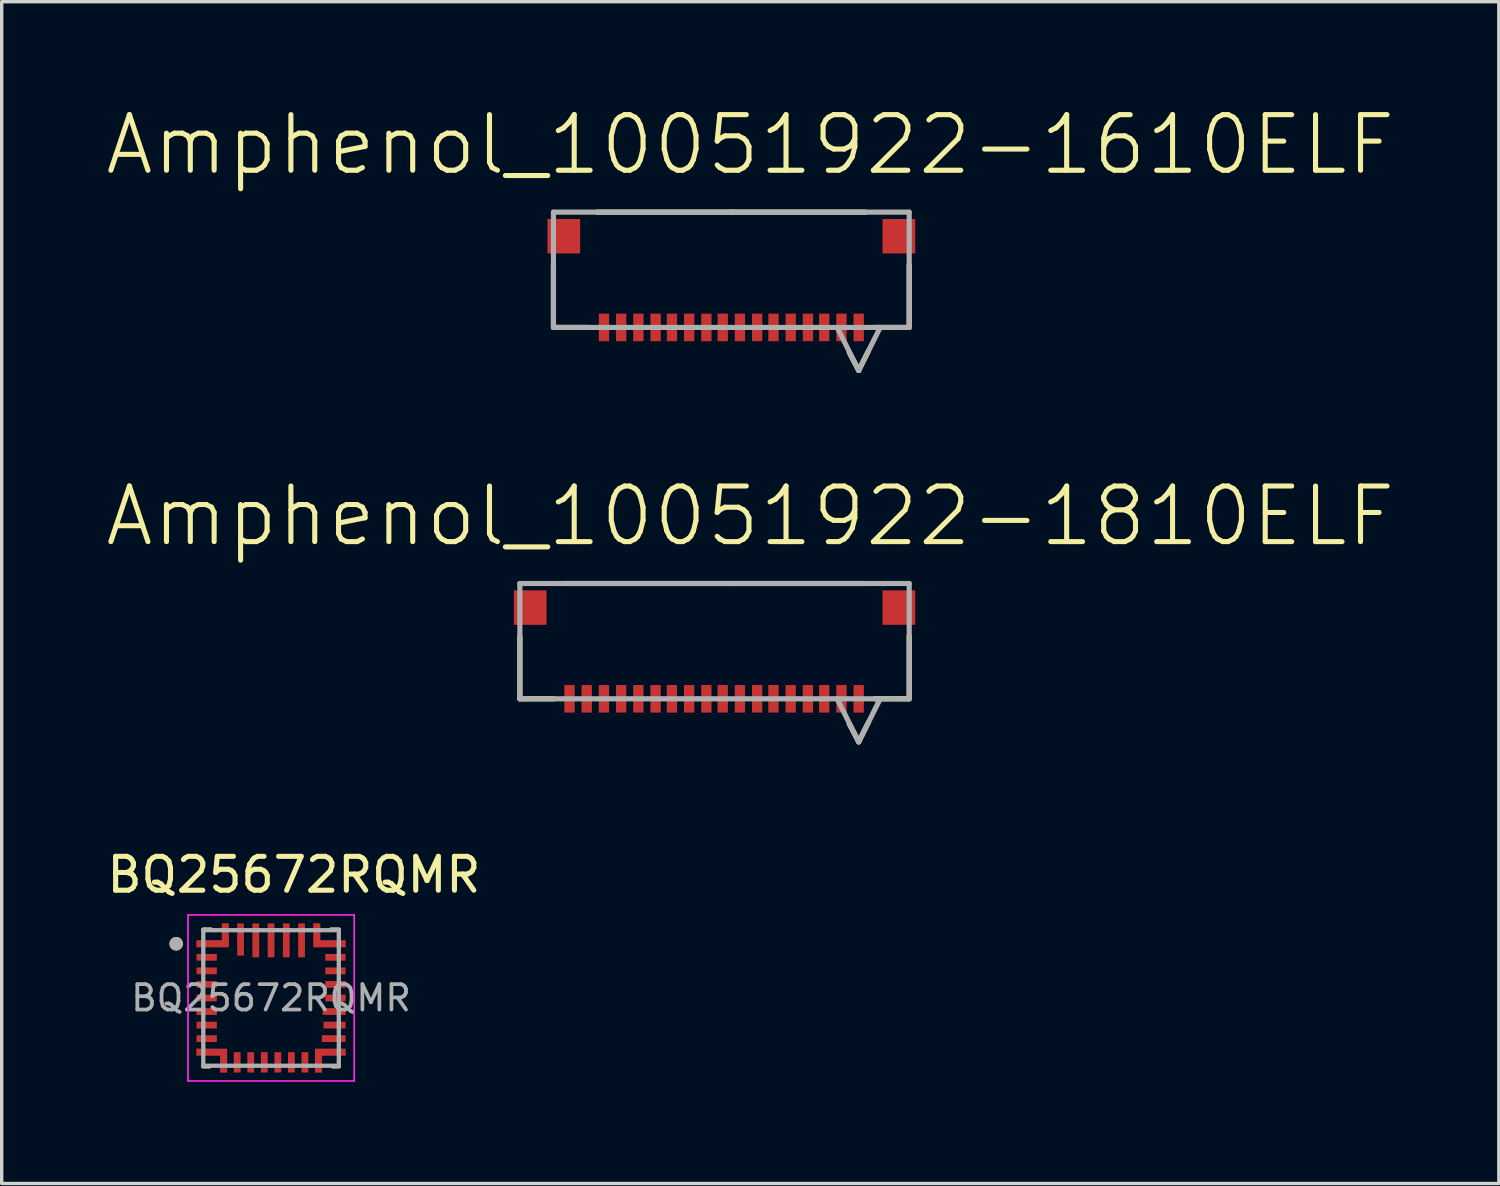
<source format=kicad_pcb>
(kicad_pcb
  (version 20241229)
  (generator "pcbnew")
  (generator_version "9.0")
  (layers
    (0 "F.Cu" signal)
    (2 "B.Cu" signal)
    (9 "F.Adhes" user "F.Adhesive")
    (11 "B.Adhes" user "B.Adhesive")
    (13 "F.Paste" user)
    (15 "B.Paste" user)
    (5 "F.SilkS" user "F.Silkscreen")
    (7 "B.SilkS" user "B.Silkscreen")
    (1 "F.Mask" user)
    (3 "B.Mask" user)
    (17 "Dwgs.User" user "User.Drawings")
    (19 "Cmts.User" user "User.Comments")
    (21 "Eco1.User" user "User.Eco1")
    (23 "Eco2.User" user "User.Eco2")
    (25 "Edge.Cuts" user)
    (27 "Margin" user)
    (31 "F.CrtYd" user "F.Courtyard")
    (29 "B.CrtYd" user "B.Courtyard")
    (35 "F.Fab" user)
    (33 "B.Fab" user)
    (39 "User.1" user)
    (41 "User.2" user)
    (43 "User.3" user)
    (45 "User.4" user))
  (footprint "Amphenol_10051922-1610ELF"
    (layer "F.Cu")
    (at 18.535 4.887)
    (property "Reference" "Amphenol_10051922-1610ELF" (at 0.559 -3.664 0) (layer "F.SilkS") (effects (font (size 1.641 1.641) (thickness 0.15))))
    (attr smd)
    (fp_line (start -5.25 1.727) (end -5.25 -0.127) (stroke (width 0.152) (type solid)) (layer "F.SilkS"))
    (fp_line (start -5.25 1.727) (end -4.234 1.727) (stroke (width 0.152) (type solid)) (layer "F.SilkS"))
    (fp_line (start 0 -1.676) (end -3.962 -1.676) (stroke (width 0.152) (type solid)) (layer "F.SilkS"))
    (fp_line (start 3.48 2.464) (end 3.759 2.997) (stroke (width 0.152) (type solid)) (layer "F.SilkS"))
    (fp_line (start 3.962 -1.676) (end 0 -1.676) (stroke (width 0.152) (type solid)) (layer "F.SilkS"))
    (fp_line (start 4.039 2.438) (end 3.759 2.997) (stroke (width 0.152) (type solid)) (layer "F.SilkS"))
    (fp_line (start 4.234 1.727) (end 5.25 1.727) (stroke (width 0.152) (type solid)) (layer "F.SilkS"))
    (fp_line (start 5.25 1.727) (end 5.25 -0.127) (stroke (width 0.152) (type solid)) (layer "F.SilkS"))
    (fp_line (start -5.25 -1.676) (end 0 -1.676) (stroke (width 0.152) (type solid)) (layer "F.Fab"))
    (fp_line (start -5.25 1.727) (end -5.25 -1.676) (stroke (width 0.152) (type solid)) (layer "F.Fab"))
    (fp_line (start -5.25 1.727) (end 0 1.727) (stroke (width 0.152) (type solid)) (layer "F.Fab"))
    (fp_line (start 0 -1.676) (end 5.25 -1.676) (stroke (width 0.152) (type solid)) (layer "F.Fab"))
    (fp_line (start 0 1.727) (end 5.25 1.727) (stroke (width 0.152) (type solid)) (layer "F.Fab"))
    (fp_line (start 3.124 1.727) (end 3.759 2.997) (stroke (width 0.152) (type solid)) (layer "F.Fab"))
    (fp_line (start 4.394 1.727) (end 3.759 2.997) (stroke (width 0.152) (type solid)) (layer "F.Fab"))
    (fp_line (start 5.25 1.727) (end 5.25 -1.676) (stroke (width 0.152) (type solid)) (layer "F.Fab"))
    (pad "1" smd rect (at 3.759 1.727 270) (size 0.813 0.305) (layers "F.Cu" "F.Mask" "F.Paste"))
    (pad "2" smd rect (at 3.251 1.727 270) (size 0.813 0.305) (layers "F.Cu" "F.Mask" "F.Paste"))
    (pad "3" smd rect (at 2.743 1.727 270) (size 0.813 0.305) (layers "F.Cu" "F.Mask" "F.Paste"))
    (pad "4" smd rect (at 2.261 1.727 270) (size 0.813 0.305) (layers "F.Cu" "F.Mask" "F.Paste"))
    (pad "5" smd rect (at 1.753 1.727 270) (size 0.813 0.305) (layers "F.Cu" "F.Mask" "F.Paste"))
    (pad "6" smd rect (at 1.245 1.727 270) (size 0.813 0.305) (layers "F.Cu" "F.Mask" "F.Paste"))
    (pad "7" smd rect (at 0.762 1.727 270) (size 0.813 0.305) (layers "F.Cu" "F.Mask" "F.Paste"))
    (pad "8" smd rect (at 0.254 1.727 270) (size 0.813 0.305) (layers "F.Cu" "F.Mask" "F.Paste"))
    (pad "9" smd rect (at -0.254 1.727 270) (size 0.813 0.305) (layers "F.Cu" "F.Mask" "F.Paste"))
    (pad "10" smd rect (at -0.737 1.727 270) (size 0.813 0.305) (layers "F.Cu" "F.Mask" "F.Paste"))
    (pad "11" smd rect (at -1.245 1.727 270) (size 0.813 0.305) (layers "F.Cu" "F.Mask" "F.Paste"))
    (pad "12" smd rect (at -1.753 1.727 270) (size 0.813 0.305) (layers "F.Cu" "F.Mask" "F.Paste"))
    (pad "13" smd rect (at -2.235 1.727 270) (size 0.813 0.305) (layers "F.Cu" "F.Mask" "F.Paste"))
    (pad "14" smd rect (at -2.743 1.727 270) (size 0.813 0.305) (layers "F.Cu" "F.Mask" "F.Paste"))
    (pad "15" smd rect (at -3.251 1.727 270) (size 0.813 0.305) (layers "F.Cu" "F.Mask" "F.Paste"))
    (pad "16" smd rect (at -3.759 1.727 270) (size 0.813 0.305) (layers "F.Cu" "F.Mask" "F.Paste"))
    (pad "MP" smd rect (at -4.945 -0.965) (size 0.965 1.016) (layers "F.Cu" "F.Mask" "F.Paste"))
    (pad "MP" smd rect (at 4.945 -0.965) (size 0.965 1.016) (layers "F.Cu" "F.Mask" "F.Paste")))
  (footprint "Amphenol_10051922-1810ELF"
    (layer "F.Cu")
    (at 18.052 15.848)
    (property "Reference" "Amphenol_10051922-1810ELF" (at 1.042 -3.664 0) (layer "F.SilkS") (effects (font (size 1.641 1.641) (thickness 0.15))))
    (attr smd)
    (fp_line (start -5.758 1.727) (end -5.758 -0.127) (stroke (width 0.152) (type solid)) (layer "F.SilkS"))
    (fp_line (start -5.758 1.727) (end -4.742 1.727) (stroke (width 0.152) (type solid)) (layer "F.SilkS"))
    (fp_line (start 0.483 -1.676) (end -4.47 -1.676) (stroke (width 0.152) (type solid)) (layer "F.SilkS"))
    (fp_line (start 3.962 2.464) (end 4.242 2.997) (stroke (width 0.152) (type solid)) (layer "F.SilkS"))
    (fp_line (start 4.445 -1.676) (end 0.483 -1.676) (stroke (width 0.152) (type solid)) (layer "F.SilkS"))
    (fp_line (start 4.521 2.438) (end 4.242 2.997) (stroke (width 0.152) (type solid)) (layer "F.SilkS"))
    (fp_line (start 4.717 1.727) (end 5.733 1.727) (stroke (width 0.152) (type solid)) (layer "F.SilkS"))
    (fp_line (start 5.733 1.727) (end 5.733 -0.127) (stroke (width 0.152) (type solid)) (layer "F.SilkS"))
    (fp_line (start -5.758 -1.676) (end 0.483 -1.676) (stroke (width 0.152) (type solid)) (layer "F.Fab"))
    (fp_line (start -5.758 1.727) (end -5.758 -1.676) (stroke (width 0.152) (type solid)) (layer "F.Fab"))
    (fp_line (start -5.758 1.727) (end -0.508 1.727) (stroke (width 0.152) (type solid)) (layer "F.Fab"))
    (fp_line (start -0.508 1.727) (end 5.733 1.727) (stroke (width 0.152) (type solid)) (layer "F.Fab"))
    (fp_line (start 0.483 -1.676) (end 5.733 -1.676) (stroke (width 0.152) (type solid)) (layer "F.Fab"))
    (fp_line (start 3.607 1.727) (end 4.242 2.997) (stroke (width 0.152) (type solid)) (layer "F.Fab"))
    (fp_line (start 4.877 1.727) (end 4.242 2.997) (stroke (width 0.152) (type solid)) (layer "F.Fab"))
    (fp_line (start 5.733 1.727) (end 5.733 -1.676) (stroke (width 0.152) (type solid)) (layer "F.Fab"))
    (pad "1" smd rect (at 4.242 1.727 270) (size 0.813 0.305) (layers "F.Cu" "F.Mask" "F.Paste"))
    (pad "2" smd rect (at 3.734 1.727 270) (size 0.813 0.305) (layers "F.Cu" "F.Mask" "F.Paste"))
    (pad "3" smd rect (at 3.226 1.727 270) (size 0.813 0.305) (layers "F.Cu" "F.Mask" "F.Paste"))
    (pad "4" smd rect (at 2.743 1.727 270) (size 0.813 0.305) (layers "F.Cu" "F.Mask" "F.Paste"))
    (pad "5" smd rect (at 2.235 1.727 270) (size 0.813 0.305) (layers "F.Cu" "F.Mask" "F.Paste"))
    (pad "6" smd rect (at 1.727 1.727 270) (size 0.813 0.305) (layers "F.Cu" "F.Mask" "F.Paste"))
    (pad "7" smd rect (at 1.245 1.727 270) (size 0.813 0.305) (layers "F.Cu" "F.Mask" "F.Paste"))
    (pad "8" smd rect (at 0.737 1.727 270) (size 0.813 0.305) (layers "F.Cu" "F.Mask" "F.Paste"))
    (pad "9" smd rect (at 0.229 1.727 270) (size 0.813 0.305) (layers "F.Cu" "F.Mask" "F.Paste"))
    (pad "10" smd rect (at -0.254 1.727 270) (size 0.813 0.305) (layers "F.Cu" "F.Mask" "F.Paste"))
    (pad "11" smd rect (at -0.762 1.727 270) (size 0.813 0.305) (layers "F.Cu" "F.Mask" "F.Paste"))
    (pad "12" smd rect (at -1.27 1.727 270) (size 0.813 0.305) (layers "F.Cu" "F.Mask" "F.Paste"))
    (pad "13" smd rect (at -1.753 1.727 270) (size 0.813 0.305) (layers "F.Cu" "F.Mask" "F.Paste"))
    (pad "14" smd rect (at -2.261 1.727 270) (size 0.813 0.305) (layers "F.Cu" "F.Mask" "F.Paste"))
    (pad "15" smd rect (at -2.769 1.727 270) (size 0.813 0.305) (layers "F.Cu" "F.Mask" "F.Paste"))
    (pad "16" smd rect (at -3.277 1.727 270) (size 0.813 0.305) (layers "F.Cu" "F.Mask" "F.Paste"))
    (pad "17" smd rect (at -3.785 1.727 270) (size 0.813 0.305) (layers "F.Cu" "F.Mask" "F.Paste"))
    (pad "18" smd rect (at -4.293 1.727 270) (size 0.813 0.305) (layers "F.Cu" "F.Mask" "F.Paste"))
    (pad "MP" smd rect (at -5.453 -0.965) (size 0.965 1.016) (layers "F.Cu" "F.Mask" "F.Paste"))
    (pad "MP" smd rect (at 5.428 -0.965) (size 0.965 1.016) (layers "F.Cu" "F.Mask" "F.Paste")))
  (footprint "BQ25672RQMR"
    (layer "F.Cu")
    (at 4.95 26.405)
    (property "Reference" "BQ25672RQMR" (at 0.675 -3.635 0) (layer "F.SilkS") (effects (font (size 1 1) (thickness 0.15))))
    (attr smd)
    (fp_poly (pts (xy -2.25 -1.35) (xy -1.55 -1.35) (xy -1.55 -1.05) (xy -2.25 -1.05)) (stroke (width 0.01) (type solid)) (fill yes) (layer "F.Mask"))
    (fp_poly (pts (xy -2.25 -0.95) (xy -1.55 -0.95) (xy -1.55 -0.65) (xy -2.25 -0.65)) (stroke (width 0.01) (type solid)) (fill yes) (layer "F.Mask"))
    (fp_poly (pts (xy -2.25 -0.55) (xy -1.55 -0.55) (xy -1.55 -0.25) (xy -2.25 -0.25)) (stroke (width 0.01) (type solid)) (fill yes) (layer "F.Mask"))
    (fp_poly (pts (xy -2.25 -0.15) (xy -1.55 -0.15) (xy -1.55 0.15) (xy -2.25 0.15)) (stroke (width 0.01) (type solid)) (fill yes) (layer "F.Mask"))
    (fp_poly (pts (xy -2.25 0.25) (xy -1.55 0.25) (xy -1.55 0.55) (xy -2.25 0.55)) (stroke (width 0.01) (type solid)) (fill yes) (layer "F.Mask"))
    (fp_poly (pts (xy -2.25 0.65) (xy -1.55 0.65) (xy -1.55 0.95) (xy -2.25 0.95)) (stroke (width 0.01) (type solid)) (fill yes) (layer "F.Mask"))
    (fp_poly (pts (xy -2.25 1.05) (xy -1.55 1.05) (xy -1.55 1.35) (xy -2.25 1.35)) (stroke (width 0.01) (type solid)) (fill yes) (layer "F.Mask"))
    (fp_poly (pts (xy -1.15 1.55) (xy -0.85 1.55) (xy -0.85 2.25) (xy -1.15 2.25)) (stroke (width 0.01) (type solid)) (fill yes) (layer "F.Mask"))
    (fp_poly (pts (xy -1.05 -2.25) (xy -0.75 -2.25) (xy -0.75 -1.2) (xy -1.05 -1.2)) (stroke (width 0.01) (type solid)) (fill yes) (layer "F.Mask"))
    (fp_poly (pts (xy -0.75 1.55) (xy -0.45 1.55) (xy -0.45 2.25) (xy -0.75 2.25)) (stroke (width 0.01) (type solid)) (fill yes) (layer "F.Mask"))
    (fp_poly (pts (xy -0.6 -2.25) (xy -0.3 -2.25) (xy -0.3 -1.15) (xy -0.6 -1.15)) (stroke (width 0.01) (type solid)) (fill yes) (layer "F.Mask"))
    (fp_poly (pts (xy -0.35 1.55) (xy -0.05 1.55) (xy -0.05 2.25) (xy -0.35 2.25)) (stroke (width 0.01) (type solid)) (fill yes) (layer "F.Mask"))
    (fp_poly (pts (xy -0.15 -2.25) (xy 0.15 -2.25) (xy 0.15 -1.15) (xy -0.15 -1.15)) (stroke (width 0.01) (type solid)) (fill yes) (layer "F.Mask"))
    (fp_poly (pts (xy 0.05 1.55) (xy 0.35 1.55) (xy 0.35 2.25) (xy 0.05 2.25)) (stroke (width 0.01) (type solid)) (fill yes) (layer "F.Mask"))
    (fp_poly (pts (xy 0.3 -2.25) (xy 0.6 -2.25) (xy 0.6 -1.15) (xy 0.3 -1.15)) (stroke (width 0.01) (type solid)) (fill yes) (layer "F.Mask"))
    (fp_poly (pts (xy 0.45 1.55) (xy 0.75 1.55) (xy 0.75 2.25) (xy 0.45 2.25)) (stroke (width 0.01) (type solid)) (fill yes) (layer "F.Mask"))
    (fp_poly (pts (xy 0.75 -2.25) (xy 1.05 -2.25) (xy 1.05 -1.15) (xy 0.75 -1.15)) (stroke (width 0.01) (type solid)) (fill yes) (layer "F.Mask"))
    (fp_poly (pts (xy 0.85 1.55) (xy 1.15 1.55) (xy 1.15 2.25) (xy 0.85 2.25)) (stroke (width 0.01) (type solid)) (fill yes) (layer "F.Mask"))
    (fp_poly (pts (xy 1.45 1.05) (xy 2.25 1.05) (xy 2.25 1.35) (xy 1.45 1.35)) (stroke (width 0.01) (type solid)) (fill yes) (layer "F.Mask"))
    (fp_poly (pts (xy 1.472 0.25) (xy 2.252 0.25) (xy 2.252 0.55) (xy 1.472 0.55)) (stroke (width 0.01) (type solid)) (fill yes) (layer "F.Mask"))
    (fp_poly (pts (xy 1.5 0.65) (xy 2.25 0.65) (xy 2.25 0.95) (xy 1.5 0.95)) (stroke (width 0.01) (type solid)) (fill yes) (layer "F.Mask"))
    (fp_poly (pts (xy 1.55 -1.35) (xy 2.25 -1.35) (xy 2.25 -1.05) (xy 1.55 -1.05)) (stroke (width 0.01) (type solid)) (fill yes) (layer "F.Mask"))
    (fp_poly (pts (xy 1.55 -0.95) (xy 2.25 -0.95) (xy 2.25 -0.65) (xy 1.55 -0.65)) (stroke (width 0.01) (type solid)) (fill yes) (layer "F.Mask"))
    (fp_poly (pts (xy 1.55 -0.55) (xy 2.25 -0.55) (xy 2.25 -0.25) (xy 1.55 -0.25)) (stroke (width 0.01) (type solid)) (fill yes) (layer "F.Mask"))
    (fp_poly (pts (xy 1.55 -0.15) (xy 2.25 -0.15) (xy 2.25 0.15) (xy 1.55 0.15)) (stroke (width 0.01) (type solid)) (fill yes) (layer "F.Mask"))
    (fp_poly (pts (xy 1.55 -0.15) (xy 2.25 -0.15) (xy 2.25 0.15) (xy 1.55 0.15)) (stroke (width 0.01) (type solid)) (fill yes) (layer "F.Mask"))
    (fp_poly (pts (xy -2.25 -1.75) (xy -1.5 -1.75) (xy -1.5 -2.25) (xy -1.2 -2.25) (xy -1.2 -1.45) (xy -2.25 -1.45)) (stroke (width 0.01) (type solid)) (fill yes) (layer "F.Mask"))
    (fp_poly (pts (xy -2.25 1.45) (xy -1.25 1.45) (xy -1.25 2.25) (xy -1.55 2.25) (xy -1.55 1.75) (xy -2.25 1.75)) (stroke (width 0.01) (type solid)) (fill yes) (layer "F.Mask"))
    (fp_poly (pts (xy 2.25 -1.75) (xy 1.5 -1.75) (xy 1.5 -2.25) (xy 1.2 -2.25) (xy 1.2 -1.45) (xy 2.25 -1.45)) (stroke (width 0.01) (type solid)) (fill yes) (layer "F.Mask"))
    (fp_poly (pts (xy 2.25 1.45) (xy 1.25 1.45) (xy 1.25 2.25) (xy 1.55 2.25) (xy 1.55 1.75) (xy 2.25 1.75)) (stroke (width 0.01) (type solid)) (fill yes) (layer "F.Mask"))
    (fp_line (start -1.82 2.02) (end -2 2.02) (stroke (width 0.127) (type solid)) (layer "F.SilkS"))
    (fp_line (start -1.77 -2.02) (end -2 -2.02) (stroke (width 0.127) (type solid)) (layer "F.SilkS"))
    (fp_line (start 1.77 -2.02) (end 2 -2.02) (stroke (width 0.127) (type solid)) (layer "F.SilkS"))
    (fp_line (start 1.82 2.02) (end 2 2.02) (stroke (width 0.127) (type solid)) (layer "F.SilkS"))
    (fp_circle (center -2.8 -1.6) (end -2.7 -1.6) (stroke (width 0.2) (type solid)) (fill no) (layer "F.SilkS"))
    (fp_poly (pts (xy -2.2 -1.7) (xy -1.45 -1.7) (xy -1.45 -2.2) (xy -1.25 -2.2) (xy -1.25 -1.5) (xy -2.2 -1.5)) (stroke (width 0.01) (type solid)) (fill yes) (layer "F.Paste"))
    (fp_poly (pts (xy -2.2 1.5) (xy -1.3 1.5) (xy -1.3 2.2) (xy -1.5 2.2) (xy -1.5 1.7) (xy -2.2 1.7)) (stroke (width 0.01) (type solid)) (fill yes) (layer "F.Paste"))
    (fp_poly (pts (xy 2.2 -1.7) (xy 1.45 -1.7) (xy 1.45 -2.2) (xy 1.25 -2.2) (xy 1.25 -1.5) (xy 2.2 -1.5)) (stroke (width 0.01) (type solid)) (fill yes) (layer "F.Paste"))
    (fp_poly (pts (xy 2.2 1.5) (xy 1.3 1.5) (xy 1.3 2.2) (xy 1.5 2.2) (xy 1.5 1.7) (xy 2.2 1.7)) (stroke (width 0.01) (type solid)) (fill yes) (layer "F.Paste"))
    (fp_line (start -2.45 -2.45) (end -2.45 2.45) (stroke (width 0.05) (type solid)) (layer "F.CrtYd"))
    (fp_line (start -2.45 2.45) (end 2.453 2.45) (stroke (width 0.05) (type solid)) (layer "F.CrtYd"))
    (fp_line (start 2.453 -2.45) (end -2.45 -2.45) (stroke (width 0.05) (type solid)) (layer "F.CrtYd"))
    (fp_line (start 2.453 2.45) (end 2.453 -2.45) (stroke (width 0.05) (type solid)) (layer "F.CrtYd"))
    (fp_line (start -2 -2) (end 2 -2) (stroke (width 0.127) (type solid)) (layer "F.Fab"))
    (fp_line (start -2 2) (end -2 -2) (stroke (width 0.127) (type solid)) (layer "F.Fab"))
    (fp_line (start 2 -2) (end 2 2) (stroke (width 0.127) (type solid)) (layer "F.Fab"))
    (fp_line (start 2 2) (end -2 2) (stroke (width 0.127) (type solid)) (layer "F.Fab"))
    (fp_circle (center -2.8 -1.6) (end -2.7 -1.6) (stroke (width 0.2) (type solid)) (fill no) (layer "F.Fab"))
    (fp_text user "${REFERENCE}" (at 0 0 0) (layer "F.Fab") (effects (font (size 0.75 0.75) (thickness 0.11))))
    (pad "1" smd custom (at -1.9 -1.6) (size 0.55 0.15) (layers "F.Cu") (options (anchor rect)) (primitives (gr_poly (pts (xy -0.3 -0.1) (xy 0.45 -0.1) (xy 0.45 -0.6) (xy 0.65 -0.6) (xy 0.65 0.1) (xy -0.3 0.1)) (width 0.01) (fill yes))))
    (pad "2" smd rect (at -1.9 -1.2) (size 0.6 0.2) (layers "F.Cu" "F.Paste"))
    (pad "3" smd rect (at -1.9 -0.8) (size 0.6 0.2) (layers "F.Cu" "F.Paste"))
    (pad "4" smd rect (at -1.9 -0.4) (size 0.6 0.2) (layers "F.Cu" "F.Paste"))
    (pad "5" smd rect (at -1.9 0) (size 0.6 0.2) (layers "F.Cu" "F.Paste"))
    (pad "6" smd rect (at -1.9 0.4) (size 0.6 0.2) (layers "F.Cu" "F.Paste"))
    (pad "7" smd rect (at -1.9 0.8) (size 0.6 0.2) (layers "F.Cu" "F.Paste"))
    (pad "8" smd rect (at -1.9 1.2) (size 0.6 0.2) (layers "F.Cu" "F.Paste"))
    (pad "9" smd custom (at -1.9 1.6) (size 0.55 0.15) (layers "F.Cu") (options (anchor rect)) (primitives (gr_poly (pts (xy -0.3 -0.1) (xy 0.6 -0.1) (xy 0.6 0.6) (xy 0.4 0.6) (xy 0.4 0.1) (xy -0.3 0.1)) (width 0.01) (fill yes))))
    (pad "10" smd rect (at -1 1.9) (size 0.2 0.6) (layers "F.Cu" "F.Paste"))
    (pad "11" smd rect (at -0.6 1.9) (size 0.2 0.6) (layers "F.Cu" "F.Paste"))
    (pad "12" smd rect (at -0.2 1.9) (size 0.2 0.6) (layers "F.Cu" "F.Paste"))
    (pad "13" smd rect (at 0.2 1.9) (size 0.2 0.6) (layers "F.Cu" "F.Paste"))
    (pad "14" smd rect (at 0.6 1.9) (size 0.2 0.6) (layers "F.Cu" "F.Paste"))
    (pad "15" smd rect (at 1 1.9) (size 0.2 0.6) (layers "F.Cu" "F.Paste"))
    (pad "16" smd custom (at 1.9 1.6) (size 0.55 0.15) (layers "F.Cu") (options (anchor rect)) (primitives (gr_poly (pts (xy 0.3 -0.1) (xy -0.6 -0.1) (xy -0.6 0.6) (xy -0.4 0.6) (xy -0.4 0.1) (xy 0.3 0.1)) (width 0.01) (fill yes))))
    (pad "17" smd rect (at 1.85 1.2) (size 0.7 0.2) (layers "F.Cu" "F.Paste"))
    (pad "18" smd rect (at 1.875 0.8) (size 0.65 0.2) (layers "F.Cu" "F.Paste"))
    (pad "19" smd rect (at 1.863 0.4) (size 0.68 0.2) (layers "F.Cu" "F.Paste"))
    (pad "20" smd rect (at 1.9 0) (size 0.6 0.2) (layers "F.Cu" "F.Paste"))
    (pad "21" smd rect (at 1.9 -0.4) (size 0.6 0.2) (layers "F.Cu" "F.Paste"))
    (pad "22" smd rect (at 1.9 -0.8) (size 0.6 0.2) (layers "F.Cu" "F.Paste"))
    (pad "23" smd rect (at 1.9 -1.2) (size 0.6 0.2) (layers "F.Cu" "F.Paste"))
    (pad "24" smd custom (at 1.9 -1.6) (size 0.55 0.15) (layers "F.Cu") (options (anchor rect)) (primitives (gr_poly (pts (xy 0.3 -0.1) (xy -0.45 -0.1) (xy -0.45 -0.6) (xy -0.65 -0.6) (xy -0.65 0.1) (xy 0.3 0.1)) (width 0.01) (fill yes))))
    (pad "25" smd rect (at 0.9 -1.7) (size 0.2 1) (layers "F.Cu" "F.Paste"))
    (pad "26" smd rect (at 0.45 -1.7) (size 0.2 1) (layers "F.Cu" "F.Paste"))
    (pad "27" smd rect (at 0 -1.7) (size 0.2 1) (layers "F.Cu" "F.Paste"))
    (pad "28" smd rect (at -0.45 -1.7) (size 0.2 1) (layers "F.Cu" "F.Paste"))
    (pad "29" smd rect (at -0.9 -1.725) (size 0.2 0.95) (layers "F.Cu" "F.Paste")))
  (gr_rect
    (start -3 -3)
    (end 41.188 31.88)
    (stroke (width 0.1) (type default))
    (fill no)
    (layer "Edge.Cuts")))
</source>
